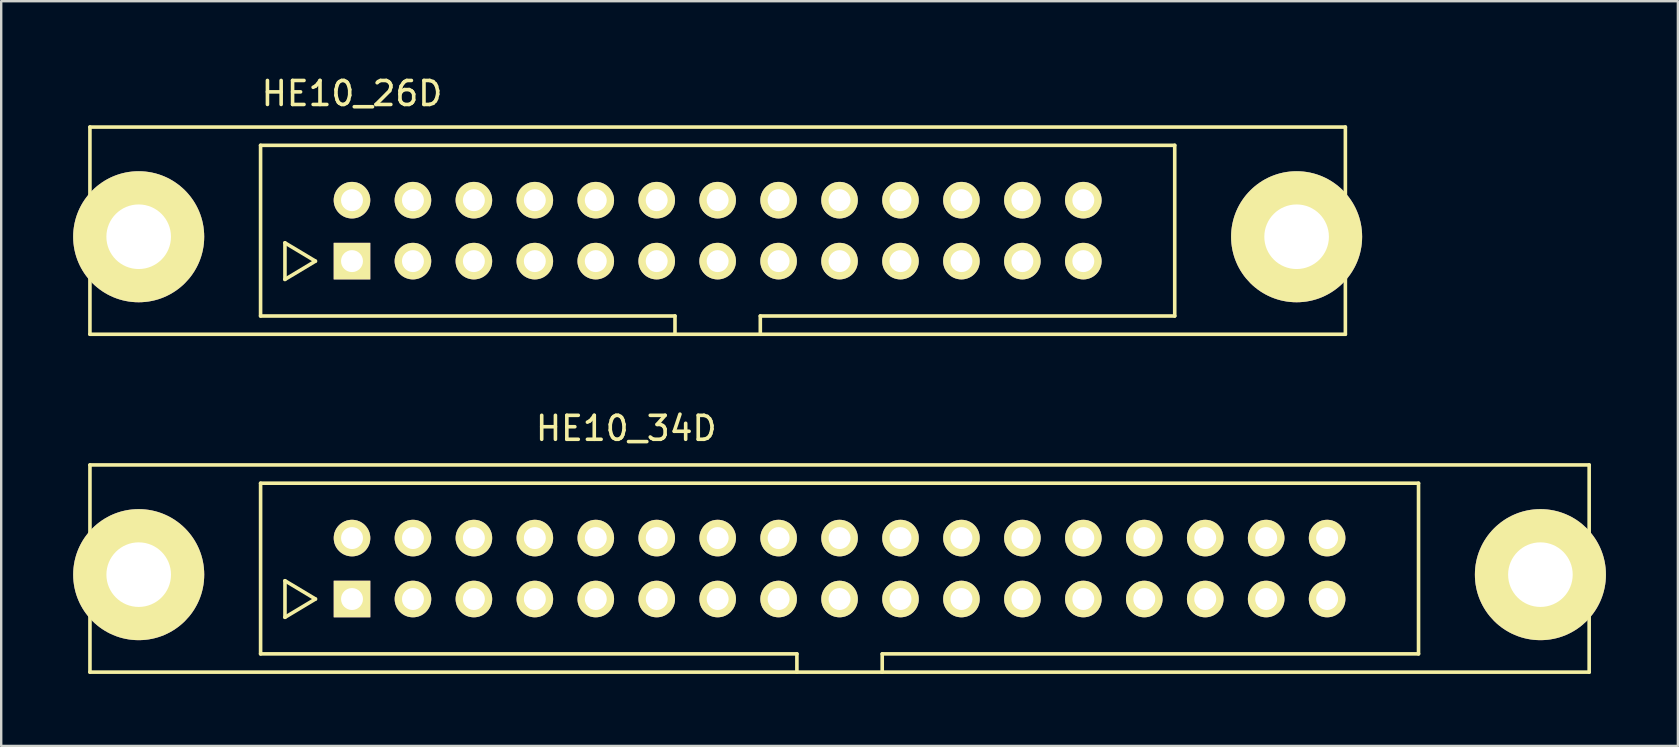
<source format=kicad_pcb>
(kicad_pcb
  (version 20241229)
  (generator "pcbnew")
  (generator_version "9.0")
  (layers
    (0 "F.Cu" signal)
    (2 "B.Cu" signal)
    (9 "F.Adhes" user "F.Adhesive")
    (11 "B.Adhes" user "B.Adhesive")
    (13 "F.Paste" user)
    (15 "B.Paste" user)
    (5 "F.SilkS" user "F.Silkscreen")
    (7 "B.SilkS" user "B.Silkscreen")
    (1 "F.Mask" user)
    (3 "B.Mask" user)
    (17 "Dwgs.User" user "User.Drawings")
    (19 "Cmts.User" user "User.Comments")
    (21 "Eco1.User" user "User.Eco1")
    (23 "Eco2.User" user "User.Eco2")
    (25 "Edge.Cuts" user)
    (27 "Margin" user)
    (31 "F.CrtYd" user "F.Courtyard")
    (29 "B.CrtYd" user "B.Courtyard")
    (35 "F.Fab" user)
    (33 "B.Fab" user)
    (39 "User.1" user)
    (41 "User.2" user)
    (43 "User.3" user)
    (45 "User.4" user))
  (footprint "HE10_34D"
    (layer "F.Cu")
    (at 31.941 20.646)
    (property "Reference" "HE10_34D" (at -8.89 -5.842 0) (layer "F.SilkS") (effects (font (size 1 1) (thickness 0.15))))
    (attr through_hole)
    (fp_line (start -31.242 -4.318) (end -31.242 4.318) (stroke (width 0.15) (type solid)) (layer "F.SilkS"))
    (fp_line (start -31.242 4.318) (end 31.242 4.318) (stroke (width 0.15) (type solid)) (layer "F.SilkS"))
    (fp_line (start -24.13 -3.556) (end 24.13 -3.556) (stroke (width 0.15) (type solid)) (layer "F.SilkS"))
    (fp_line (start -24.13 3.556) (end -24.13 -3.556) (stroke (width 0.15) (type solid)) (layer "F.SilkS"))
    (fp_line (start -23.114 0.508) (end -23.114 2.032) (stroke (width 0.15) (type solid)) (layer "F.SilkS"))
    (fp_line (start -23.114 2.032) (end -21.844 1.27) (stroke (width 0.15) (type solid)) (layer "F.SilkS"))
    (fp_line (start -21.844 1.27) (end -23.114 0.508) (stroke (width 0.15) (type solid)) (layer "F.SilkS"))
    (fp_line (start -1.778 3.556) (end -24.13 3.556) (stroke (width 0.15) (type solid)) (layer "F.SilkS"))
    (fp_line (start -1.778 4.318) (end -1.778 3.556) (stroke (width 0.15) (type solid)) (layer "F.SilkS"))
    (fp_line (start 1.778 3.556) (end 1.778 4.318) (stroke (width 0.15) (type solid)) (layer "F.SilkS"))
    (fp_line (start 24.13 -3.556) (end 24.13 3.556) (stroke (width 0.15) (type solid)) (layer "F.SilkS"))
    (fp_line (start 24.13 3.556) (end 1.778 3.556) (stroke (width 0.15) (type solid)) (layer "F.SilkS"))
    (fp_line (start 31.242 -4.318) (end -31.242 -4.318) (stroke (width 0.15) (type solid)) (layer "F.SilkS"))
    (fp_line (start 31.242 4.318) (end 31.242 -4.318) (stroke (width 0.15) (type solid)) (layer "F.SilkS"))
    (pad "" thru_hole circle (at -29.21 0.254) (size 5.461 5.461) (drill 2.692) (layers "*.Cu" "*.Mask" "F.SilkS"))
    (pad "" thru_hole circle (at 29.21 0.254) (size 5.461 5.461) (drill 2.692) (layers "*.Cu" "*.Mask" "F.SilkS"))
    (pad "1" thru_hole rect (at -20.32 1.27) (size 1.524 1.524) (drill 0.914) (layers "*.Cu" "*.Mask" "F.SilkS"))
    (pad "2" thru_hole circle (at -20.32 -1.27) (size 1.524 1.524) (drill 0.914) (layers "*.Cu" "*.Mask" "F.SilkS"))
    (pad "3" thru_hole circle (at -17.78 1.27) (size 1.524 1.524) (drill 0.914) (layers "*.Cu" "*.Mask" "F.SilkS"))
    (pad "4" thru_hole circle (at -17.78 -1.27) (size 1.524 1.524) (drill 0.914) (layers "*.Cu" "*.Mask" "F.SilkS"))
    (pad "5" thru_hole circle (at -15.24 1.27) (size 1.524 1.524) (drill 0.914) (layers "*.Cu" "*.Mask" "F.SilkS"))
    (pad "6" thru_hole circle (at -15.24 -1.27) (size 1.524 1.524) (drill 0.914) (layers "*.Cu" "*.Mask" "F.SilkS"))
    (pad "7" thru_hole circle (at -12.7 1.27) (size 1.524 1.524) (drill 0.914) (layers "*.Cu" "*.Mask" "F.SilkS"))
    (pad "8" thru_hole circle (at -12.7 -1.27) (size 1.524 1.524) (drill 0.914) (layers "*.Cu" "*.Mask" "F.SilkS"))
    (pad "9" thru_hole circle (at -10.16 1.27) (size 1.524 1.524) (drill 0.914) (layers "*.Cu" "*.Mask" "F.SilkS"))
    (pad "10" thru_hole circle (at -10.16 -1.27) (size 1.524 1.524) (drill 0.914) (layers "*.Cu" "*.Mask" "F.SilkS"))
    (pad "11" thru_hole circle (at -7.62 1.27) (size 1.524 1.524) (drill 0.914) (layers "*.Cu" "*.Mask" "F.SilkS"))
    (pad "12" thru_hole circle (at -7.62 -1.27) (size 1.524 1.524) (drill 0.914) (layers "*.Cu" "*.Mask" "F.SilkS"))
    (pad "13" thru_hole circle (at -5.08 1.27) (size 1.524 1.524) (drill 0.914) (layers "*.Cu" "*.Mask" "F.SilkS"))
    (pad "14" thru_hole circle (at -5.08 -1.27) (size 1.524 1.524) (drill 0.914) (layers "*.Cu" "*.Mask" "F.SilkS"))
    (pad "15" thru_hole circle (at -2.54 1.27) (size 1.524 1.524) (drill 0.914) (layers "*.Cu" "*.Mask" "F.SilkS"))
    (pad "16" thru_hole circle (at -2.54 -1.27) (size 1.524 1.524) (drill 0.914) (layers "*.Cu" "*.Mask" "F.SilkS"))
    (pad "17" thru_hole circle (at 0 1.27) (size 1.524 1.524) (drill 0.914) (layers "*.Cu" "*.Mask" "F.SilkS"))
    (pad "18" thru_hole circle (at 0 -1.27) (size 1.524 1.524) (drill 0.914) (layers "*.Cu" "*.Mask" "F.SilkS"))
    (pad "19" thru_hole circle (at 2.54 1.27) (size 1.524 1.524) (drill 0.914) (layers "*.Cu" "*.Mask" "F.SilkS"))
    (pad "20" thru_hole circle (at 2.54 -1.27) (size 1.524 1.524) (drill 0.914) (layers "*.Cu" "*.Mask" "F.SilkS"))
    (pad "21" thru_hole circle (at 5.08 1.27) (size 1.524 1.524) (drill 0.914) (layers "*.Cu" "*.Mask" "F.SilkS"))
    (pad "22" thru_hole circle (at 5.08 -1.27) (size 1.524 1.524) (drill 0.914) (layers "*.Cu" "*.Mask" "F.SilkS"))
    (pad "23" thru_hole circle (at 7.62 1.27) (size 1.524 1.524) (drill 0.914) (layers "*.Cu" "*.Mask" "F.SilkS"))
    (pad "24" thru_hole circle (at 7.62 -1.27) (size 1.524 1.524) (drill 0.914) (layers "*.Cu" "*.Mask" "F.SilkS"))
    (pad "25" thru_hole circle (at 10.16 1.27) (size 1.524 1.524) (drill 0.914) (layers "*.Cu" "*.Mask" "F.SilkS"))
    (pad "26" thru_hole circle (at 10.16 -1.27) (size 1.524 1.524) (drill 0.914) (layers "*.Cu" "*.Mask" "F.SilkS"))
    (pad "27" thru_hole circle (at 12.7 1.27) (size 1.524 1.524) (drill 0.914) (layers "*.Cu" "*.Mask" "F.SilkS"))
    (pad "28" thru_hole circle (at 12.7 -1.27) (size 1.524 1.524) (drill 0.914) (layers "*.Cu" "*.Mask" "F.SilkS"))
    (pad "29" thru_hole circle (at 15.24 1.27) (size 1.524 1.524) (drill 0.914) (layers "*.Cu" "*.Mask" "F.SilkS"))
    (pad "30" thru_hole circle (at 15.24 -1.27) (size 1.524 1.524) (drill 0.914) (layers "*.Cu" "*.Mask" "F.SilkS"))
    (pad "31" thru_hole circle (at 17.78 1.27) (size 1.524 1.524) (drill 0.914) (layers "*.Cu" "*.Mask" "F.SilkS"))
    (pad "32" thru_hole circle (at 17.78 -1.27) (size 1.524 1.524) (drill 0.914) (layers "*.Cu" "*.Mask" "F.SilkS"))
    (pad "33" thru_hole circle (at 20.32 1.27) (size 1.524 1.524) (drill 0.914) (layers "*.Cu" "*.Mask" "F.SilkS"))
    (pad "34" thru_hole circle (at 20.32 -1.27) (size 1.524 1.524) (drill 0.914) (layers "*.Cu" "*.Mask" "F.SilkS")))
  (footprint "HE10_26D"
    (layer "F.Cu")
    (at 26.86 6.563)
    (property "Reference" "HE10_26D" (at -15.24 -5.715 0) (layer "F.SilkS") (effects (font (size 1 1) (thickness 0.15))))
    (attr through_hole)
    (fp_line (start -26.162 -4.318) (end -26.162 4.318) (stroke (width 0.15) (type solid)) (layer "F.SilkS"))
    (fp_line (start -26.162 4.318) (end 26.162 4.318) (stroke (width 0.15) (type solid)) (layer "F.SilkS"))
    (fp_line (start -19.05 -3.556) (end 19.05 -3.556) (stroke (width 0.15) (type solid)) (layer "F.SilkS"))
    (fp_line (start -19.05 3.556) (end -19.05 -3.556) (stroke (width 0.15) (type solid)) (layer "F.SilkS"))
    (fp_line (start -18.034 0.508) (end -18.034 2.032) (stroke (width 0.15) (type solid)) (layer "F.SilkS"))
    (fp_line (start -18.034 2.032) (end -16.764 1.27) (stroke (width 0.15) (type solid)) (layer "F.SilkS"))
    (fp_line (start -16.764 1.27) (end -18.034 0.508) (stroke (width 0.15) (type solid)) (layer "F.SilkS"))
    (fp_line (start -1.778 3.556) (end -19.05 3.556) (stroke (width 0.15) (type solid)) (layer "F.SilkS"))
    (fp_line (start -1.778 4.318) (end -1.778 3.556) (stroke (width 0.15) (type solid)) (layer "F.SilkS"))
    (fp_line (start 1.778 3.556) (end 1.778 4.318) (stroke (width 0.15) (type solid)) (layer "F.SilkS"))
    (fp_line (start 19.05 -3.556) (end 19.05 3.556) (stroke (width 0.15) (type solid)) (layer "F.SilkS"))
    (fp_line (start 19.05 3.556) (end 1.778 3.556) (stroke (width 0.15) (type solid)) (layer "F.SilkS"))
    (fp_line (start 26.162 -4.318) (end -26.162 -4.318) (stroke (width 0.15) (type solid)) (layer "F.SilkS"))
    (fp_line (start 26.162 4.318) (end 26.162 -4.318) (stroke (width 0.15) (type solid)) (layer "F.SilkS"))
    (pad "" thru_hole circle (at -24.13 0.254) (size 5.461 5.461) (drill 2.692) (layers "*.Cu" "*.Mask" "F.SilkS"))
    (pad "" thru_hole circle (at 24.13 0.254) (size 5.461 5.461) (drill 2.692) (layers "*.Cu" "*.Mask" "F.SilkS"))
    (pad "1" thru_hole rect (at -15.24 1.27) (size 1.524 1.524) (drill 0.914) (layers "*.Cu" "*.Mask" "F.SilkS"))
    (pad "2" thru_hole circle (at -15.24 -1.27) (size 1.524 1.524) (drill 0.914) (layers "*.Cu" "*.Mask" "F.SilkS"))
    (pad "3" thru_hole circle (at -12.7 1.27) (size 1.524 1.524) (drill 0.914) (layers "*.Cu" "*.Mask" "F.SilkS"))
    (pad "4" thru_hole circle (at -12.7 -1.27) (size 1.524 1.524) (drill 0.914) (layers "*.Cu" "*.Mask" "F.SilkS"))
    (pad "5" thru_hole circle (at -10.16 1.27) (size 1.524 1.524) (drill 0.914) (layers "*.Cu" "*.Mask" "F.SilkS"))
    (pad "6" thru_hole circle (at -10.16 -1.27) (size 1.524 1.524) (drill 0.914) (layers "*.Cu" "*.Mask" "F.SilkS"))
    (pad "7" thru_hole circle (at -7.62 1.27) (size 1.524 1.524) (drill 0.914) (layers "*.Cu" "*.Mask" "F.SilkS"))
    (pad "8" thru_hole circle (at -7.62 -1.27) (size 1.524 1.524) (drill 0.914) (layers "*.Cu" "*.Mask" "F.SilkS"))
    (pad "9" thru_hole circle (at -5.08 1.27) (size 1.524 1.524) (drill 0.914) (layers "*.Cu" "*.Mask" "F.SilkS"))
    (pad "10" thru_hole circle (at -5.08 -1.27) (size 1.524 1.524) (drill 0.914) (layers "*.Cu" "*.Mask" "F.SilkS"))
    (pad "11" thru_hole circle (at -2.54 1.27) (size 1.524 1.524) (drill 0.914) (layers "*.Cu" "*.Mask" "F.SilkS"))
    (pad "12" thru_hole circle (at -2.54 -1.27) (size 1.524 1.524) (drill 0.914) (layers "*.Cu" "*.Mask" "F.SilkS"))
    (pad "13" thru_hole circle (at 0 1.27) (size 1.524 1.524) (drill 0.914) (layers "*.Cu" "*.Mask" "F.SilkS"))
    (pad "14" thru_hole circle (at 0 -1.27) (size 1.524 1.524) (drill 0.914) (layers "*.Cu" "*.Mask" "F.SilkS"))
    (pad "15" thru_hole circle (at 2.54 1.27) (size 1.524 1.524) (drill 0.914) (layers "*.Cu" "*.Mask" "F.SilkS"))
    (pad "16" thru_hole circle (at 2.54 -1.27) (size 1.524 1.524) (drill 0.914) (layers "*.Cu" "*.Mask" "F.SilkS"))
    (pad "17" thru_hole circle (at 5.08 1.27) (size 1.524 1.524) (drill 0.914) (layers "*.Cu" "*.Mask" "F.SilkS"))
    (pad "18" thru_hole circle (at 5.08 -1.27) (size 1.524 1.524) (drill 0.914) (layers "*.Cu" "*.Mask" "F.SilkS"))
    (pad "19" thru_hole circle (at 7.62 1.27) (size 1.524 1.524) (drill 0.914) (layers "*.Cu" "*.Mask" "F.SilkS"))
    (pad "20" thru_hole circle (at 7.62 -1.27) (size 1.524 1.524) (drill 0.914) (layers "*.Cu" "*.Mask" "F.SilkS"))
    (pad "21" thru_hole circle (at 10.16 1.27) (size 1.524 1.524) (drill 0.914) (layers "*.Cu" "*.Mask" "F.SilkS"))
    (pad "22" thru_hole circle (at 10.16 -1.27) (size 1.524 1.524) (drill 0.914) (layers "*.Cu" "*.Mask" "F.SilkS"))
    (pad "23" thru_hole circle (at 12.7 1.27) (size 1.524 1.524) (drill 0.914) (layers "*.Cu" "*.Mask" "F.SilkS"))
    (pad "24" thru_hole circle (at 12.7 -1.27) (size 1.524 1.524) (drill 0.914) (layers "*.Cu" "*.Mask" "F.SilkS"))
    (pad "25" thru_hole circle (at 15.24 1.27) (size 1.524 1.524) (drill 0.914) (layers "*.Cu" "*.Mask" "F.SilkS"))
    (pad "26" thru_hole circle (at 15.24 -1.27) (size 1.524 1.524) (drill 0.914) (layers "*.Cu" "*.Mask" "F.SilkS")))
  (gr_rect
    (start -3 -3)
    (end 66.881 28.04)
    (stroke (width 0.1) (type default))
    (fill no)
    (layer "Edge.Cuts")))
</source>
